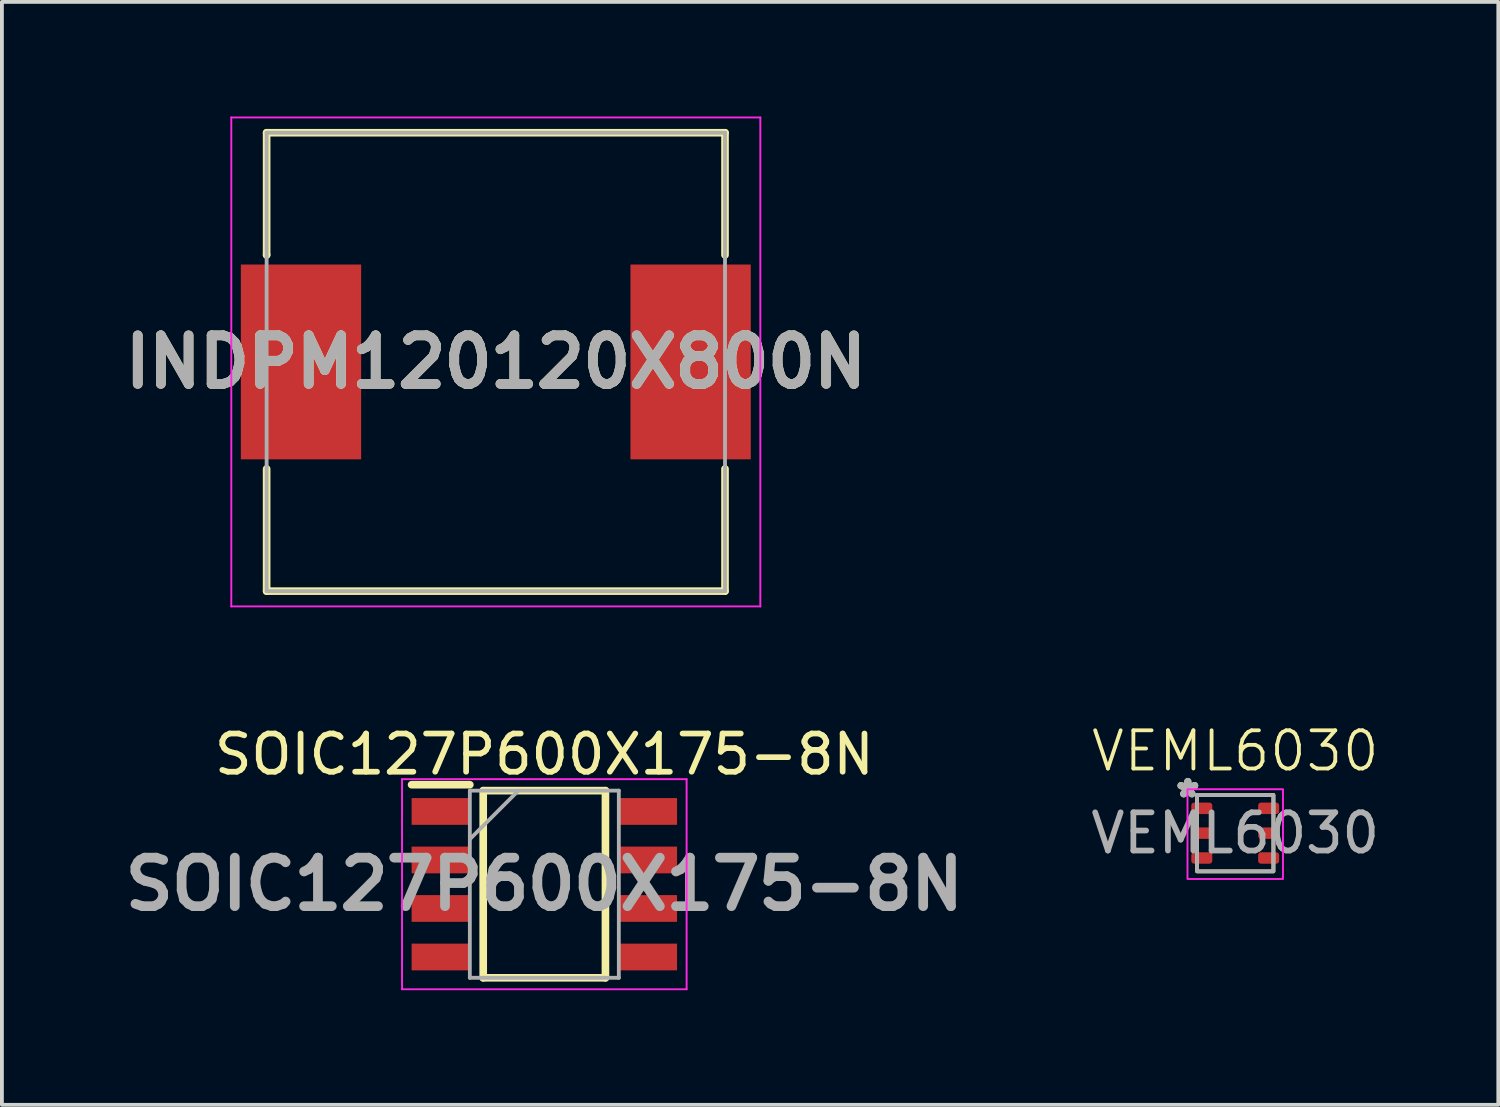
<source format=kicad_pcb>
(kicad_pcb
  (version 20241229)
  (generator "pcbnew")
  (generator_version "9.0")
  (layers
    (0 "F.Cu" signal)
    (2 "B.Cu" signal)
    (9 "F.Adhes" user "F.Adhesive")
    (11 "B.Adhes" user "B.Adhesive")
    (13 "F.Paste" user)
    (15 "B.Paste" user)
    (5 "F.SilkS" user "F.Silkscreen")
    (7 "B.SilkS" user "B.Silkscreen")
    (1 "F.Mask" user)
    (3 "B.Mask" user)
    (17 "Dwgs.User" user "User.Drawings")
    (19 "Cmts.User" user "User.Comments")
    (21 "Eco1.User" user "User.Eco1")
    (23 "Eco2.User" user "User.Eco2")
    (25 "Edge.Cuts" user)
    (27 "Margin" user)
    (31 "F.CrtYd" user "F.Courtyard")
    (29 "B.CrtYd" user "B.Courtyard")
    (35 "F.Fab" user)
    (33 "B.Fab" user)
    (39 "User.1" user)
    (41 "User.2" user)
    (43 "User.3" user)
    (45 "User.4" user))
  (footprint "INDPM120120X800N"
    (layer "F.Cu")
    (at 9.93 6.425)
    (property "Reference" "INDPM120120X800N" (at 0 0 0) (layer "F.SilkS") (effects (font (size 1.27 1.27) (thickness 0.254))))
    (attr smd)
    (fp_line (start -6 -6) (end -6 -2.8) (stroke (width 0.2) (type default)) (layer "F.SilkS"))
    (fp_line (start -6 -2.8) (end -6 -2.8) (stroke (width 0.2) (type default)) (layer "F.SilkS"))
    (fp_line (start -6 2.8) (end -6 6) (stroke (width 0.2) (type default)) (layer "F.SilkS"))
    (fp_line (start -6 6) (end 6 6) (stroke (width 0.2) (type solid)) (layer "F.SilkS"))
    (fp_line (start 6 -6) (end -6 -6) (stroke (width 0.2) (type solid)) (layer "F.SilkS"))
    (fp_line (start 6 -6) (end 6 -2.8) (stroke (width 0.2) (type default)) (layer "F.SilkS"))
    (fp_line (start 6 2.8) (end 6 6) (stroke (width 0.2) (type default)) (layer "F.SilkS"))
    (fp_line (start -6.925 -6.4) (end 6.925 -6.4) (stroke (width 0.05) (type solid)) (layer "F.CrtYd"))
    (fp_line (start -6.925 6.4) (end -6.925 -6.4) (stroke (width 0.05) (type solid)) (layer "F.CrtYd"))
    (fp_line (start 6.925 -6.4) (end 6.925 6.4) (stroke (width 0.05) (type solid)) (layer "F.CrtYd"))
    (fp_line (start 6.925 6.4) (end -6.925 6.4) (stroke (width 0.05) (type solid)) (layer "F.CrtYd"))
    (fp_line (start -6 -6) (end 6 -6) (stroke (width 0.1) (type solid)) (layer "F.Fab"))
    (fp_line (start -6 6) (end -6 -6) (stroke (width 0.1) (type solid)) (layer "F.Fab"))
    (fp_line (start 6 -6) (end 6 6) (stroke (width 0.1) (type solid)) (layer "F.Fab"))
    (fp_line (start 6 6) (end -6 6) (stroke (width 0.1) (type solid)) (layer "F.Fab"))
    (fp_text user "${REFERENCE}" (at 0 0 0) (layer "F.Fab") (effects (font (size 1.27 1.27) (thickness 0.254))))
    (pad "1" smd rect (at -5.1 0) (size 3.15 5.1) (layers "F.Cu" "F.Mask" "F.Paste"))
    (pad "2" smd rect (at 5.1 0) (size 3.15 5.1) (layers "F.Cu" "F.Mask" "F.Paste")))
  (footprint "SOIC127P600X175-8N"
    (layer "F.Cu")
    (at 11.2 20.098)
    (property "Reference" "SOIC127P600X175-8N" (at 0 -3.4 0) (layer "F.SilkS") (effects (font (size 1 1) (thickness 0.15))))
    (attr smd)
    (fp_line (start -3.475 -2.605) (end -1.95 -2.605) (stroke (width 0.2) (type solid)) (layer "F.SilkS"))
    (fp_line (start -1.6 -2.45) (end 1.6 -2.45) (stroke (width 0.2) (type solid)) (layer "F.SilkS"))
    (fp_line (start -1.6 2.45) (end -1.6 -2.45) (stroke (width 0.2) (type solid)) (layer "F.SilkS"))
    (fp_line (start 1.6 -2.45) (end 1.6 2.45) (stroke (width 0.2) (type solid)) (layer "F.SilkS"))
    (fp_line (start 1.6 2.45) (end -1.6 2.45) (stroke (width 0.2) (type solid)) (layer "F.SilkS"))
    (fp_line (start -3.725 -2.75) (end 3.725 -2.75) (stroke (width 0.05) (type solid)) (layer "F.CrtYd"))
    (fp_line (start -3.725 2.75) (end -3.725 -2.75) (stroke (width 0.05) (type solid)) (layer "F.CrtYd"))
    (fp_line (start 3.725 -2.75) (end 3.725 2.75) (stroke (width 0.05) (type solid)) (layer "F.CrtYd"))
    (fp_line (start 3.725 2.75) (end -3.725 2.75) (stroke (width 0.05) (type solid)) (layer "F.CrtYd"))
    (fp_line (start -1.95 -2.45) (end 1.95 -2.45) (stroke (width 0.1) (type solid)) (layer "F.Fab"))
    (fp_line (start -1.95 -1.18) (end -0.68 -2.45) (stroke (width 0.1) (type solid)) (layer "F.Fab"))
    (fp_line (start -1.95 2.45) (end -1.95 -2.45) (stroke (width 0.1) (type solid)) (layer "F.Fab"))
    (fp_line (start 1.95 -2.45) (end 1.95 2.45) (stroke (width 0.1) (type solid)) (layer "F.Fab"))
    (fp_line (start 1.95 2.45) (end -1.95 2.45) (stroke (width 0.1) (type solid)) (layer "F.Fab"))
    (fp_text user "${REFERENCE}" (at 0 0 0) (layer "F.Fab") (effects (font (size 1.27 1.27) (thickness 0.254))))
    (pad "1" smd rect (at -2.712 -1.905 90) (size 0.7 1.525) (layers "F.Cu" "F.Mask" "F.Paste"))
    (pad "2" smd rect (at -2.712 -0.635 90) (size 0.7 1.525) (layers "F.Cu" "F.Mask" "F.Paste"))
    (pad "3" smd rect (at -2.712 0.635 90) (size 0.7 1.525) (layers "F.Cu" "F.Mask" "F.Paste"))
    (pad "4" smd rect (at -2.712 1.905 90) (size 0.7 1.525) (layers "F.Cu" "F.Mask" "F.Paste"))
    (pad "5" smd rect (at 2.712 1.905 90) (size 0.7 1.525) (layers "F.Cu" "F.Mask" "F.Paste"))
    (pad "6" smd rect (at 2.712 0.635 90) (size 0.7 1.525) (layers "F.Cu" "F.Mask" "F.Paste"))
    (pad "7" smd rect (at 2.712 -0.635 90) (size 0.7 1.525) (layers "F.Cu" "F.Mask" "F.Paste"))
    (pad "8" smd rect (at 2.712 -1.905 90) (size 0.7 1.525) (layers "F.Cu" "F.Mask" "F.Paste")))
  (footprint "VEML6030"
    (layer "F.Cu")
    (at 29.287 18.761)
    (property "Reference" "VEML6030" (at 0 -2.15 0) (unlocked yes) (layer "F.SilkS") (effects (font (size 1 1) (thickness 0.1))))
    (attr smd)
    (fp_rect (start -1 -1) (end 1 1) (stroke (width 0.1) (type default)) (fill no) (layer "F.SilkS"))
    (fp_rect (start -1.25 -1.15) (end 1.25 1.2) (stroke (width 0.05) (type default)) (fill no) (layer "F.CrtYd"))
    (fp_rect (start -1 -1) (end 1 1) (stroke (width 0.1) (type default)) (fill no) (layer "F.Fab"))
    (fp_text user "*" (at -1.65 -0.5 0) (unlocked yes) (layer "F.SilkS") (effects (font (size 0.75 0.75) (thickness 0.188) (bold yes)) (justify left bottom)))
    (fp_text user "*" (at -1.65 -0.5 0) (unlocked yes) (layer "F.Fab") (effects (font (size 0.75 0.75) (thickness 0.188) (bold yes)) (justify left bottom)))
    (fp_text user "${REFERENCE}" (at 0 0 0) (unlocked yes) (layer "F.Fab") (effects (font (size 1 1) (thickness 0.15))))
    (pad "1" smd roundrect (at -0.875 -0.65) (size 0.55 0.3) (layers "F.Cu" "F.Mask" "F.Paste") (roundrect_rratio 0.25))
    (pad "2" smd roundrect (at -0.875 0) (size 0.55 0.3) (layers "F.Cu" "F.Mask" "F.Paste") (roundrect_rratio 0.25))
    (pad "3" smd roundrect (at -0.875 0.65) (size 0.55 0.3) (layers "F.Cu" "F.Mask" "F.Paste") (roundrect_rratio 0.25))
    (pad "4" smd roundrect (at 0.875 0.65) (size 0.55 0.3) (layers "F.Cu" "F.Mask" "F.Paste") (roundrect_rratio 0.25))
    (pad "5" smd roundrect (at 0.875 0) (size 0.55 0.3) (layers "F.Cu" "F.Mask" "F.Paste") (roundrect_rratio 0.25))
    (pad "6" smd roundrect (at 0.875 -0.65) (size 0.55 0.3) (layers "F.Cu" "F.Mask" "F.Paste") (roundrect_rratio 0.25)))
  (gr_rect
    (start -3 -3)
    (end 36.174 25.873)
    (stroke (width 0.1) (type default))
    (fill no)
    (layer "Edge.Cuts")))
</source>
